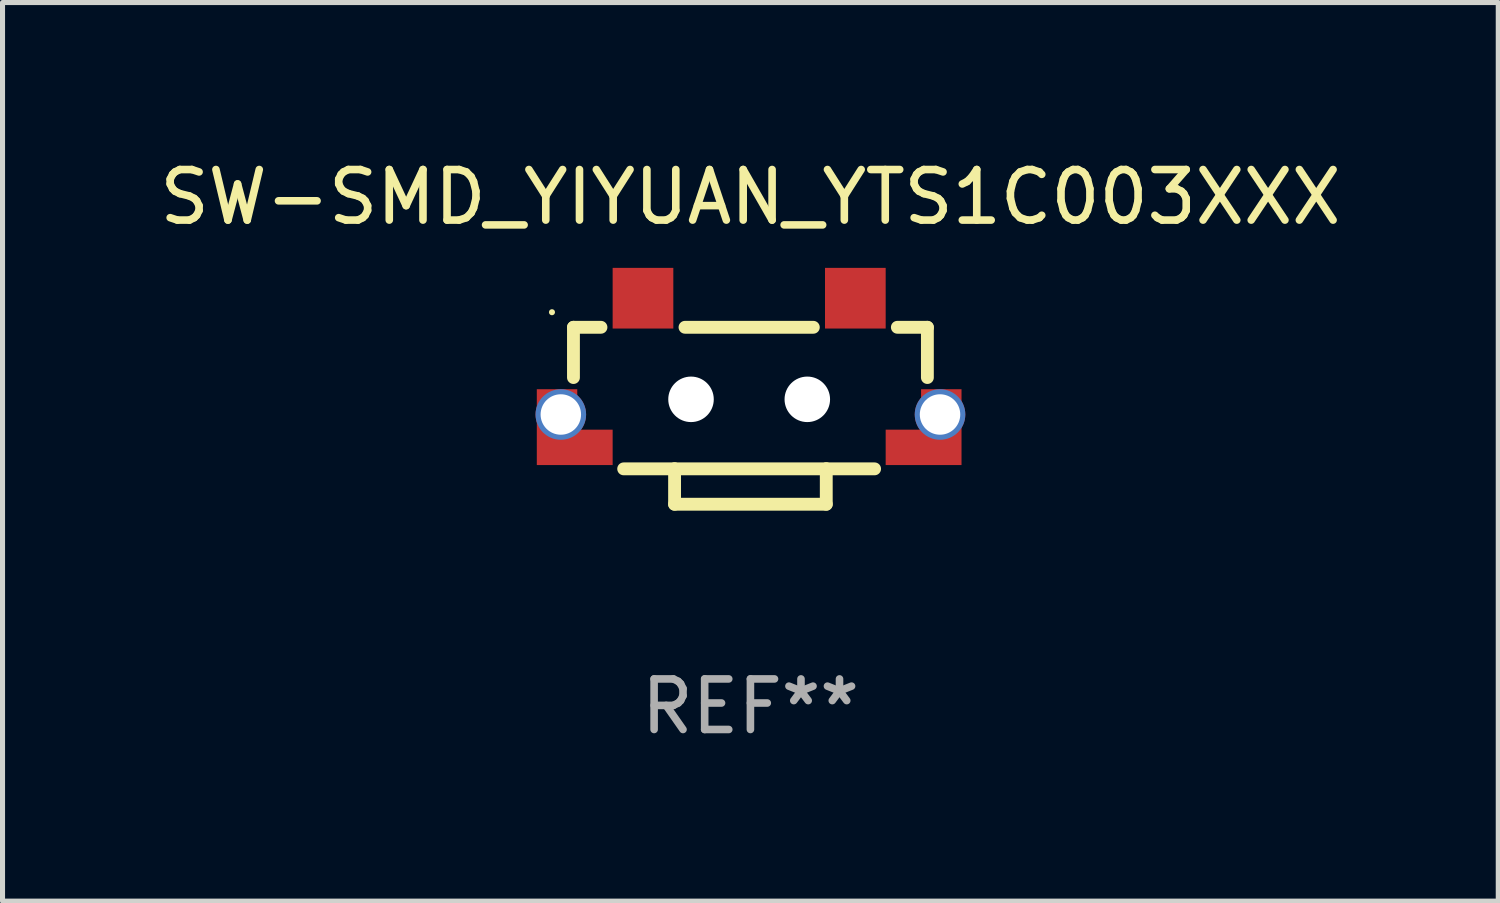
<source format=kicad_pcb>
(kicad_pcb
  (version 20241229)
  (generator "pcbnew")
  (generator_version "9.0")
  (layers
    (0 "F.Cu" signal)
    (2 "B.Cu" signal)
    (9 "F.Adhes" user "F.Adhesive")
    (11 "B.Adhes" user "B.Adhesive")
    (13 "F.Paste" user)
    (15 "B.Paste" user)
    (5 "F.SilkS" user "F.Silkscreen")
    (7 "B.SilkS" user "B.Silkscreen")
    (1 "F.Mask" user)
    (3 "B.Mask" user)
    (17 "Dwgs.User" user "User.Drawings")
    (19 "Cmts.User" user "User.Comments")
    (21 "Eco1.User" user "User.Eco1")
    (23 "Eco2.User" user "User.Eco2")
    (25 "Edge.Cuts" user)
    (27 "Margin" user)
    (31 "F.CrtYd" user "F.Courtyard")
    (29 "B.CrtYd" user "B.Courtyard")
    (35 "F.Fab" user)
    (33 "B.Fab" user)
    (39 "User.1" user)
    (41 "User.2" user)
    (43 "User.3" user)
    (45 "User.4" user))
  (footprint "SW-SMD_YIYUAN_YTS1C003XXX"
    (layer "F.Cu")
    (at 11.792 4.123)
    (property "Reference" "SW-SMD_YIYUAN_YTS1C003XXX" (at -0.000013 -3.275 0) (layer "F.SilkS") (effects (font (size 1 1) (thickness 0.15))))
    (attr through_hole)
    (fp_line (start -3.5 -0.7) (end -3.5 0.294) (stroke (width 0.254) (type solid)) (layer "F.SilkS"))
    (fp_line (start -2.956 -0.7) (end -3.5 -0.7) (stroke (width 0.254) (type solid)) (layer "F.SilkS"))
    (fp_line (start -1.5 2.1) (end -2.507 2.1) (stroke (width 0.254) (type solid)) (layer "F.SilkS"))
    (fp_line (start -1.5 2.1) (end -1.5 2.8) (stroke (width 0.254) (type solid)) (layer "F.SilkS"))
    (fp_line (start -1.5 2.8) (end 1.5 2.8) (stroke (width 0.254) (type solid)) (layer "F.SilkS"))
    (fp_line (start 1.244 -0.7) (end -1.294 -0.7) (stroke (width 0.254) (type solid)) (layer "F.SilkS"))
    (fp_line (start 1.5 2.1) (end -1.5 2.1) (stroke (width 0.254) (type solid)) (layer "F.SilkS"))
    (fp_line (start 1.5 2.1) (end 2.456 2.1) (stroke (width 0.254) (type solid)) (layer "F.SilkS"))
    (fp_line (start 1.5 2.8) (end 1.5 2.1) (stroke (width 0.254) (type solid)) (layer "F.SilkS"))
    (fp_line (start 3.5 -0.7) (end 2.906 -0.7) (stroke (width 0.254) (type solid)) (layer "F.SilkS"))
    (fp_line (start 3.5 -0.7) (end 3.5 0.294) (stroke (width 0.254) (type solid)) (layer "F.SilkS"))
    (fp_circle (center -3.925 -0.998) (end -3.895 -0.998) (stroke (width 0.06) (type solid)) (fill no) (layer "F.SilkS"))
    (fp_circle (center -1.175 0.725) (end -1.025 0.725) (stroke (width 0.3) (type solid)) (fill no) (layer "F.Fab"))
    (fp_circle (center 1.125 0.725) (end 1.275 0.725) (stroke (width 0.3) (type solid)) (fill no) (layer "F.Fab"))
    (fp_text user "REF**" (at -0.000013 6.8 0) (layer "F.Fab") (effects (font (size 1 1) (thickness 0.15))))
    (pad "" np_thru_hole circle (at -1.175 0.725) (size 0.9 0.9) (drill 0.9) (layers "*.Cu" "*.Mask"))
    (pad "" np_thru_hole circle (at 1.125 0.725) (size 0.9 0.9) (drill 0.9) (layers "*.Cu" "*.Mask"))
    (pad "1" smd rect (at -2.125 -1.275 180) (size 1.2 1.2) (layers "F.Cu" "F.Mask" "F.Paste"))
    (pad "2" smd rect (at 2.075 -1.275 180) (size 1.2 1.2) (layers "F.Cu" "F.Mask" "F.Paste"))
    (pad "3" smd custom (at 3.425 1.275) (size 0.1 0.1) (layers "F.Cu" "F.Mask" "F.Paste") (options (anchor circle)) (primitives (gr_poly (pts (xy 0.75 0.75) (xy 0.75 -0.75) (xy -0.05 -0.75) (xy -0.05 0.05) (xy -0.75 0.05) (xy -0.75 0.75) (xy -0.05 0.75) (xy 0.75 0.75)) (width 0) (fill yes))))
    (pad "3" thru_hole circle (at 3.75 1.025) (size 1 1) (drill 0.8) (layers "*.Cu" "*.Mask"))
    (pad "4" thru_hole circle (at -3.75 1.025) (size 1 1) (drill 0.8) (layers "*.Cu" "*.Mask"))
    (pad "4" smd custom (at -3.475 1.275) (size 0.1 0.1) (layers "F.Cu" "F.Mask" "F.Paste") (options (anchor circle)) (primitives (gr_poly (pts (xy -0.75 0.75) (xy -0.75 -0.75) (xy 0.05 -0.75) (xy 0.05 0.05) (xy 0.75 0.05) (xy 0.75 0.75) (xy 0.05 0.75) (xy 0.05 0.75) (xy -0.75 0.75)) (width 0) (fill yes)))))
  (gr_rect
    (start -3 -3)
    (end 26.583 14.772)
    (stroke (width 0.1) (type default))
    (fill no)
    (layer "Edge.Cuts")))
</source>
